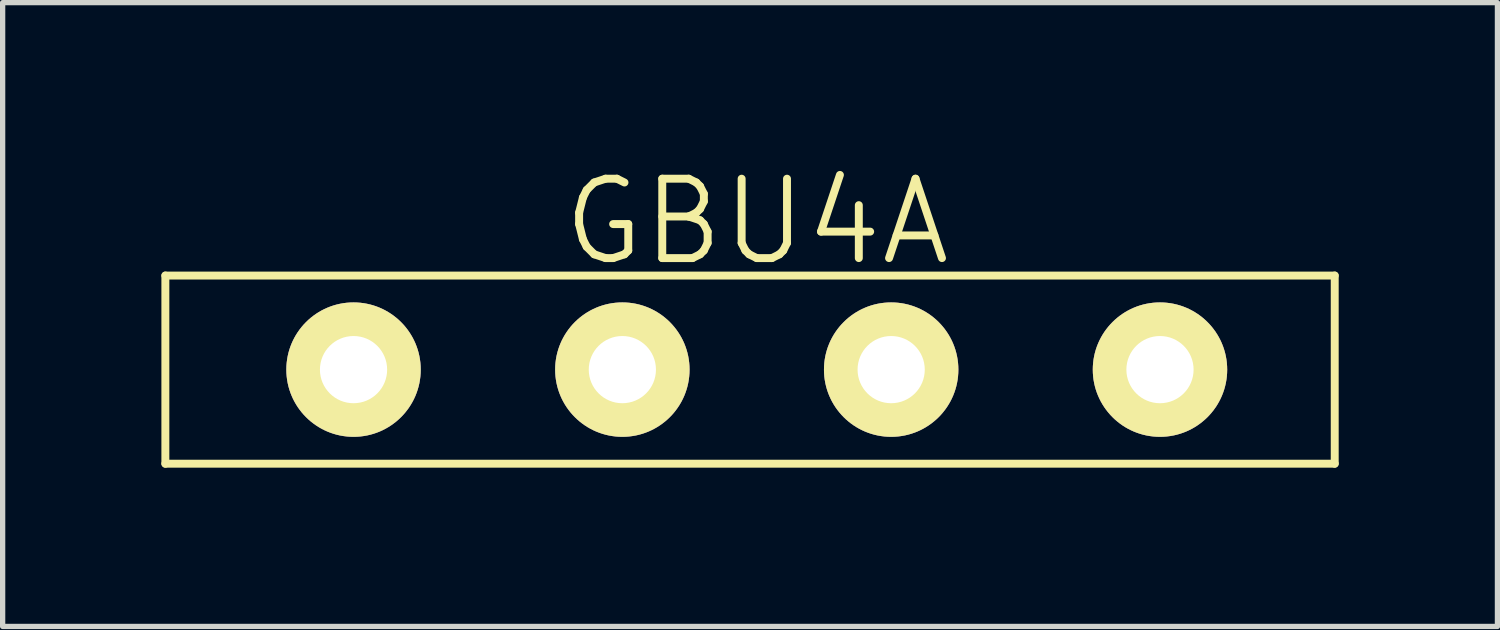
<source format=kicad_pcb>
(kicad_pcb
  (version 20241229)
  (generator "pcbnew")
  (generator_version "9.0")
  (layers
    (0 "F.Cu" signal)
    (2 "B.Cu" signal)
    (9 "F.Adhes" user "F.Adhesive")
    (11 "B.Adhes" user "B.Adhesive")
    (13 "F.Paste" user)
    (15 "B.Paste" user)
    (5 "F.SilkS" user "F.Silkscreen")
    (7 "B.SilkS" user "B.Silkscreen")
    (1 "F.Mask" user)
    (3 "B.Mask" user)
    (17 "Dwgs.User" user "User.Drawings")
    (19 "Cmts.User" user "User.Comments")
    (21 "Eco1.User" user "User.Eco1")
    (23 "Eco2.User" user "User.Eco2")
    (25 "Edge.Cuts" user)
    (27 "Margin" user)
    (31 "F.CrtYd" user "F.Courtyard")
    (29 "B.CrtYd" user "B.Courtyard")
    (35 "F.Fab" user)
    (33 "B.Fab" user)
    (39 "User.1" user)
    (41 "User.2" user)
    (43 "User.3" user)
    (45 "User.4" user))
  (footprint "GBU4A"
    (layer "F.Cu")
    (at 11.251 3.935)
    (property "Reference" "GBU4A" (at 0 -2.794 0) (layer "F.SilkS") (effects (font (size 1.5 1.5) (thickness 0.15))))
    (attr through_hole)
    (fp_line (start -11.176 -1.778) (end -11.176 1.778) (stroke (width 0.15) (type solid)) (layer "F.SilkS"))
    (fp_line (start -11.176 1.778) (end 10.922 1.778) (stroke (width 0.15) (type solid)) (layer "F.SilkS"))
    (fp_line (start 10.922 -1.778) (end -11.176 -1.778) (stroke (width 0.15) (type solid)) (layer "F.SilkS"))
    (fp_line (start 10.922 1.778) (end 10.922 -1.778) (stroke (width 0.15) (type solid)) (layer "F.SilkS"))
    (pad "1" thru_hole circle (at -7.62 0) (size 2.54 2.54) (drill 1.27) (layers "*.Cu" "*.Mask" "F.SilkS"))
    (pad "2" thru_hole circle (at -2.54 0) (size 2.54 2.54) (drill 1.27) (layers "*.Cu" "*.Mask" "F.SilkS"))
    (pad "3" thru_hole circle (at 2.54 0) (size 2.54 2.54) (drill 1.27) (layers "*.Cu" "*.Mask" "F.SilkS"))
    (pad "4" thru_hole circle (at 7.62 0) (size 2.54 2.54) (drill 1.27) (layers "*.Cu" "*.Mask" "F.SilkS")))
  (gr_rect
    (start -3 -3)
    (end 25.248 8.788)
    (stroke (width 0.1) (type default))
    (fill no)
    (layer "Edge.Cuts")))
</source>
